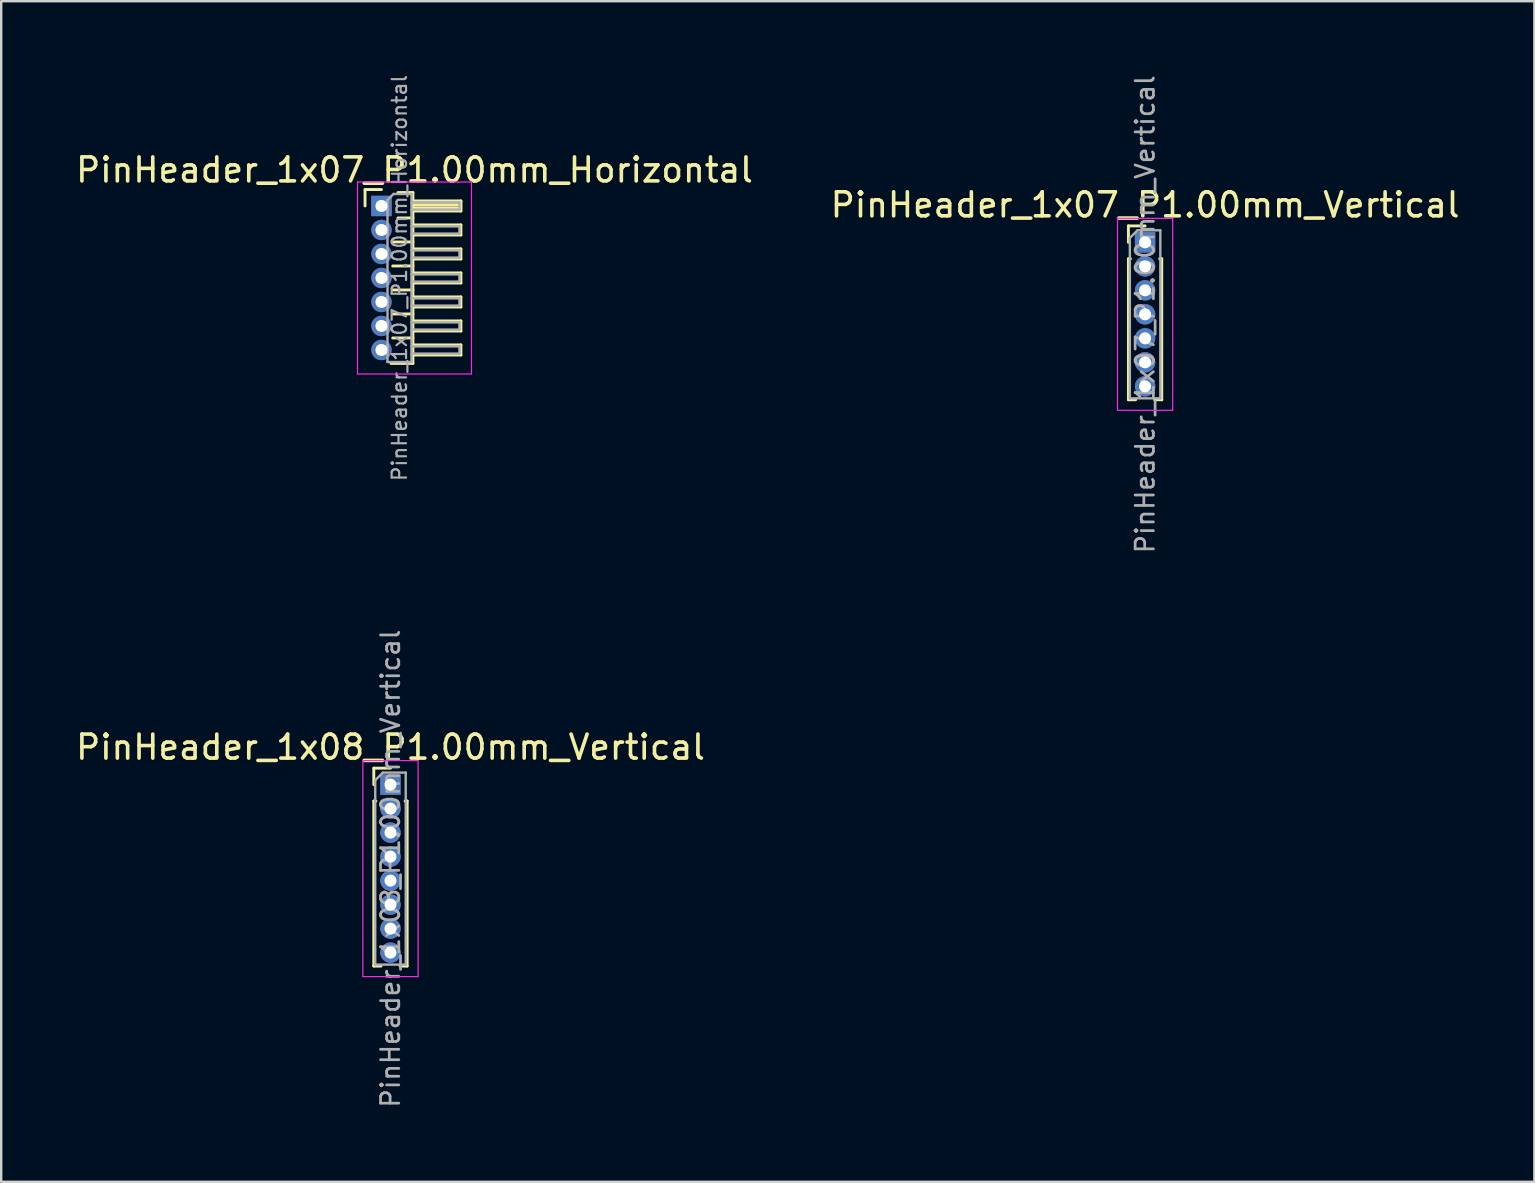
<source format=kicad_pcb>
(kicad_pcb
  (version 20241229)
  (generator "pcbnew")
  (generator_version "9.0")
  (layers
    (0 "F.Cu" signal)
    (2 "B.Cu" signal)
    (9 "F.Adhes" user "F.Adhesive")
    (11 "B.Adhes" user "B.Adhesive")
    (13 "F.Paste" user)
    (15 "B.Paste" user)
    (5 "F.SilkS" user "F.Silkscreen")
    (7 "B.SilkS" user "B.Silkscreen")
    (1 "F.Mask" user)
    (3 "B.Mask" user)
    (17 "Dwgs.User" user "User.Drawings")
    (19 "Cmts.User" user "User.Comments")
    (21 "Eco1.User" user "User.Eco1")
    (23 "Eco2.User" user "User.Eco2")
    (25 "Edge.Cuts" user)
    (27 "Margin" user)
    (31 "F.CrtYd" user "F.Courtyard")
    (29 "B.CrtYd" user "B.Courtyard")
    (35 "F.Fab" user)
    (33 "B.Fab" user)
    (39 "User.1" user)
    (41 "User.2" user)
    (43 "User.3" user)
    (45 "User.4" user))
  (footprint "PinHeader_1x07_P1.00mm_Horizontal"
    (layer "F.Cu")
    (at 12.845 5.532)
    (property "Reference" "PinHeader_1x07_P1.00mm_Horizontal" (at 1.375 -1.5 0) (layer "F.SilkS") (effects (font (size 1 1) (thickness 0.15))))
    (attr through_hole)
    (fp_line (start -0.685 -0.685) (end 0 -0.685) (stroke (width 0.12) (type solid)) (layer "F.SilkS"))
    (fp_line (start -0.685 0) (end -0.685 -0.685) (stroke (width 0.12) (type solid)) (layer "F.SilkS"))
    (fp_line (start 0.468 1.5) (end 1.31 1.5) (stroke (width 0.12) (type solid)) (layer "F.SilkS"))
    (fp_line (start 0.468 2.5) (end 1.31 2.5) (stroke (width 0.12) (type solid)) (layer "F.SilkS"))
    (fp_line (start 0.468 3.5) (end 1.31 3.5) (stroke (width 0.12) (type solid)) (layer "F.SilkS"))
    (fp_line (start 0.468 4.5) (end 1.31 4.5) (stroke (width 0.12) (type solid)) (layer "F.SilkS"))
    (fp_line (start 0.468 5.5) (end 1.31 5.5) (stroke (width 0.12) (type solid)) (layer "F.SilkS"))
    (fp_line (start 0.685 -0.56) (end 1.31 -0.56) (stroke (width 0.12) (type solid)) (layer "F.SilkS"))
    (fp_line (start 0.685 0.5) (end 1.31 0.5) (stroke (width 0.12) (type solid)) (layer "F.SilkS"))
    (fp_line (start 1.31 -0.56) (end 1.31 6.56) (stroke (width 0.12) (type solid)) (layer "F.SilkS"))
    (fp_line (start 1.31 -0.21) (end 3.31 -0.21) (stroke (width 0.12) (type solid)) (layer "F.SilkS"))
    (fp_line (start 1.31 -0.15) (end 3.31 -0.15) (stroke (width 0.12) (type solid)) (layer "F.SilkS"))
    (fp_line (start 1.31 -0.03) (end 3.31 -0.03) (stroke (width 0.12) (type solid)) (layer "F.SilkS"))
    (fp_line (start 1.31 0.09) (end 3.31 0.09) (stroke (width 0.12) (type solid)) (layer "F.SilkS"))
    (fp_line (start 1.31 0.79) (end 3.31 0.79) (stroke (width 0.12) (type solid)) (layer "F.SilkS"))
    (fp_line (start 1.31 1.79) (end 3.31 1.79) (stroke (width 0.12) (type solid)) (layer "F.SilkS"))
    (fp_line (start 1.31 2.79) (end 3.31 2.79) (stroke (width 0.12) (type solid)) (layer "F.SilkS"))
    (fp_line (start 1.31 3.79) (end 3.31 3.79) (stroke (width 0.12) (type solid)) (layer "F.SilkS"))
    (fp_line (start 1.31 4.79) (end 3.31 4.79) (stroke (width 0.12) (type solid)) (layer "F.SilkS"))
    (fp_line (start 1.31 5.79) (end 3.31 5.79) (stroke (width 0.12) (type solid)) (layer "F.SilkS"))
    (fp_line (start 1.31 6.56) (end 0.394 6.56) (stroke (width 0.12) (type solid)) (layer "F.SilkS"))
    (fp_line (start 3.31 -0.21) (end 3.31 0.21) (stroke (width 0.12) (type solid)) (layer "F.SilkS"))
    (fp_line (start 3.31 0.21) (end 1.31 0.21) (stroke (width 0.12) (type solid)) (layer "F.SilkS"))
    (fp_line (start 3.31 0.79) (end 3.31 1.21) (stroke (width 0.12) (type solid)) (layer "F.SilkS"))
    (fp_line (start 3.31 1.21) (end 1.31 1.21) (stroke (width 0.12) (type solid)) (layer "F.SilkS"))
    (fp_line (start 3.31 1.79) (end 3.31 2.21) (stroke (width 0.12) (type solid)) (layer "F.SilkS"))
    (fp_line (start 3.31 2.21) (end 1.31 2.21) (stroke (width 0.12) (type solid)) (layer "F.SilkS"))
    (fp_line (start 3.31 2.79) (end 3.31 3.21) (stroke (width 0.12) (type solid)) (layer "F.SilkS"))
    (fp_line (start 3.31 3.21) (end 1.31 3.21) (stroke (width 0.12) (type solid)) (layer "F.SilkS"))
    (fp_line (start 3.31 3.79) (end 3.31 4.21) (stroke (width 0.12) (type solid)) (layer "F.SilkS"))
    (fp_line (start 3.31 4.21) (end 1.31 4.21) (stroke (width 0.12) (type solid)) (layer "F.SilkS"))
    (fp_line (start 3.31 4.79) (end 3.31 5.21) (stroke (width 0.12) (type solid)) (layer "F.SilkS"))
    (fp_line (start 3.31 5.21) (end 1.31 5.21) (stroke (width 0.12) (type solid)) (layer "F.SilkS"))
    (fp_line (start 3.31 5.79) (end 3.31 6.21) (stroke (width 0.12) (type solid)) (layer "F.SilkS"))
    (fp_line (start 3.31 6.21) (end 1.31 6.21) (stroke (width 0.12) (type solid)) (layer "F.SilkS"))
    (fp_line (start -1 -1) (end -1 7) (stroke (width 0.05) (type solid)) (layer "F.CrtYd"))
    (fp_line (start -1 7) (end 3.75 7) (stroke (width 0.05) (type solid)) (layer "F.CrtYd"))
    (fp_line (start 3.75 -1) (end -1 -1) (stroke (width 0.05) (type solid)) (layer "F.CrtYd"))
    (fp_line (start 3.75 7) (end 3.75 -1) (stroke (width 0.05) (type solid)) (layer "F.CrtYd"))
    (fp_line (start -0.15 -0.15) (end -0.15 0.15) (stroke (width 0.1) (type solid)) (layer "F.Fab"))
    (fp_line (start -0.15 -0.15) (end 0.25 -0.15) (stroke (width 0.1) (type solid)) (layer "F.Fab"))
    (fp_line (start -0.15 0.15) (end 0.25 0.15) (stroke (width 0.1) (type solid)) (layer "F.Fab"))
    (fp_line (start -0.15 0.85) (end -0.15 1.15) (stroke (width 0.1) (type solid)) (layer "F.Fab"))
    (fp_line (start -0.15 0.85) (end 0.25 0.85) (stroke (width 0.1) (type solid)) (layer "F.Fab"))
    (fp_line (start -0.15 1.15) (end 0.25 1.15) (stroke (width 0.1) (type solid)) (layer "F.Fab"))
    (fp_line (start -0.15 1.85) (end -0.15 2.15) (stroke (width 0.1) (type solid)) (layer "F.Fab"))
    (fp_line (start -0.15 1.85) (end 0.25 1.85) (stroke (width 0.1) (type solid)) (layer "F.Fab"))
    (fp_line (start -0.15 2.15) (end 0.25 2.15) (stroke (width 0.1) (type solid)) (layer "F.Fab"))
    (fp_line (start -0.15 2.85) (end -0.15 3.15) (stroke (width 0.1) (type solid)) (layer "F.Fab"))
    (fp_line (start -0.15 2.85) (end 0.25 2.85) (stroke (width 0.1) (type solid)) (layer "F.Fab"))
    (fp_line (start -0.15 3.15) (end 0.25 3.15) (stroke (width 0.1) (type solid)) (layer "F.Fab"))
    (fp_line (start -0.15 3.85) (end -0.15 4.15) (stroke (width 0.1) (type solid)) (layer "F.Fab"))
    (fp_line (start -0.15 3.85) (end 0.25 3.85) (stroke (width 0.1) (type solid)) (layer "F.Fab"))
    (fp_line (start -0.15 4.15) (end 0.25 4.15) (stroke (width 0.1) (type solid)) (layer "F.Fab"))
    (fp_line (start -0.15 4.85) (end -0.15 5.15) (stroke (width 0.1) (type solid)) (layer "F.Fab"))
    (fp_line (start -0.15 4.85) (end 0.25 4.85) (stroke (width 0.1) (type solid)) (layer "F.Fab"))
    (fp_line (start -0.15 5.15) (end 0.25 5.15) (stroke (width 0.1) (type solid)) (layer "F.Fab"))
    (fp_line (start -0.15 5.85) (end -0.15 6.15) (stroke (width 0.1) (type solid)) (layer "F.Fab"))
    (fp_line (start -0.15 5.85) (end 0.25 5.85) (stroke (width 0.1) (type solid)) (layer "F.Fab"))
    (fp_line (start -0.15 6.15) (end 0.25 6.15) (stroke (width 0.1) (type solid)) (layer "F.Fab"))
    (fp_line (start 0.25 -0.25) (end 0.5 -0.5) (stroke (width 0.1) (type solid)) (layer "F.Fab"))
    (fp_line (start 0.25 6.5) (end 0.25 -0.25) (stroke (width 0.1) (type solid)) (layer "F.Fab"))
    (fp_line (start 0.5 -0.5) (end 1.25 -0.5) (stroke (width 0.1) (type solid)) (layer "F.Fab"))
    (fp_line (start 1.25 -0.5) (end 1.25 6.5) (stroke (width 0.1) (type solid)) (layer "F.Fab"))
    (fp_line (start 1.25 -0.15) (end 3.25 -0.15) (stroke (width 0.1) (type solid)) (layer "F.Fab"))
    (fp_line (start 1.25 0.15) (end 3.25 0.15) (stroke (width 0.1) (type solid)) (layer "F.Fab"))
    (fp_line (start 1.25 0.85) (end 3.25 0.85) (stroke (width 0.1) (type solid)) (layer "F.Fab"))
    (fp_line (start 1.25 1.15) (end 3.25 1.15) (stroke (width 0.1) (type solid)) (layer "F.Fab"))
    (fp_line (start 1.25 1.85) (end 3.25 1.85) (stroke (width 0.1) (type solid)) (layer "F.Fab"))
    (fp_line (start 1.25 2.15) (end 3.25 2.15) (stroke (width 0.1) (type solid)) (layer "F.Fab"))
    (fp_line (start 1.25 2.85) (end 3.25 2.85) (stroke (width 0.1) (type solid)) (layer "F.Fab"))
    (fp_line (start 1.25 3.15) (end 3.25 3.15) (stroke (width 0.1) (type solid)) (layer "F.Fab"))
    (fp_line (start 1.25 3.85) (end 3.25 3.85) (stroke (width 0.1) (type solid)) (layer "F.Fab"))
    (fp_line (start 1.25 4.15) (end 3.25 4.15) (stroke (width 0.1) (type solid)) (layer "F.Fab"))
    (fp_line (start 1.25 4.85) (end 3.25 4.85) (stroke (width 0.1) (type solid)) (layer "F.Fab"))
    (fp_line (start 1.25 5.15) (end 3.25 5.15) (stroke (width 0.1) (type solid)) (layer "F.Fab"))
    (fp_line (start 1.25 5.85) (end 3.25 5.85) (stroke (width 0.1) (type solid)) (layer "F.Fab"))
    (fp_line (start 1.25 6.15) (end 3.25 6.15) (stroke (width 0.1) (type solid)) (layer "F.Fab"))
    (fp_line (start 1.25 6.5) (end 0.25 6.5) (stroke (width 0.1) (type solid)) (layer "F.Fab"))
    (fp_line (start 3.25 -0.15) (end 3.25 0.15) (stroke (width 0.1) (type solid)) (layer "F.Fab"))
    (fp_line (start 3.25 0.85) (end 3.25 1.15) (stroke (width 0.1) (type solid)) (layer "F.Fab"))
    (fp_line (start 3.25 1.85) (end 3.25 2.15) (stroke (width 0.1) (type solid)) (layer "F.Fab"))
    (fp_line (start 3.25 2.85) (end 3.25 3.15) (stroke (width 0.1) (type solid)) (layer "F.Fab"))
    (fp_line (start 3.25 3.85) (end 3.25 4.15) (stroke (width 0.1) (type solid)) (layer "F.Fab"))
    (fp_line (start 3.25 4.85) (end 3.25 5.15) (stroke (width 0.1) (type solid)) (layer "F.Fab"))
    (fp_line (start 3.25 5.85) (end 3.25 6.15) (stroke (width 0.1) (type solid)) (layer "F.Fab"))
    (fp_text user "${REFERENCE}" (at 0.75 3 90) (layer "F.Fab") (effects (font (size 0.6 0.6) (thickness 0.09))))
    (pad "1" thru_hole rect (at 0 0) (size 0.85 0.85) (drill 0.5) (layers "*.Cu" "*.Mask"))
    (pad "2" thru_hole oval (at 0 1) (size 0.85 0.85) (drill 0.5) (layers "*.Cu" "*.Mask"))
    (pad "3" thru_hole oval (at 0 2) (size 0.85 0.85) (drill 0.5) (layers "*.Cu" "*.Mask"))
    (pad "4" thru_hole oval (at 0 3) (size 0.85 0.85) (drill 0.5) (layers "*.Cu" "*.Mask"))
    (pad "5" thru_hole oval (at 0 4) (size 0.85 0.85) (drill 0.5) (layers "*.Cu" "*.Mask"))
    (pad "6" thru_hole oval (at 0 5) (size 0.85 0.85) (drill 0.5) (layers "*.Cu" "*.Mask"))
    (pad "7" thru_hole oval (at 0 6) (size 0.85 0.85) (drill 0.5) (layers "*.Cu" "*.Mask")))
  (footprint "PinHeader_1x07_P1.00mm_Vertical"
    (layer "F.Cu")
    (at 44.661 7.047)
    (property "Reference" "PinHeader_1x07_P1.00mm_Vertical" (at 0 -1.56 0) (layer "F.SilkS") (effects (font (size 1 1) (thickness 0.15))))
    (attr through_hole)
    (fp_line (start -0.695 -0.685) (end 0 -0.685) (stroke (width 0.12) (type solid)) (layer "F.SilkS"))
    (fp_line (start -0.695 0) (end -0.695 -0.685) (stroke (width 0.12) (type solid)) (layer "F.SilkS"))
    (fp_line (start -0.695 0.685) (end -0.695 6.56) (stroke (width 0.12) (type solid)) (layer "F.SilkS"))
    (fp_line (start -0.695 0.685) (end -0.608 0.685) (stroke (width 0.12) (type solid)) (layer "F.SilkS"))
    (fp_line (start -0.695 6.56) (end -0.394 6.56) (stroke (width 0.12) (type solid)) (layer "F.SilkS"))
    (fp_line (start 0.394 6.56) (end 0.695 6.56) (stroke (width 0.12) (type solid)) (layer "F.SilkS"))
    (fp_line (start 0.608 0.685) (end 0.695 0.685) (stroke (width 0.12) (type solid)) (layer "F.SilkS"))
    (fp_line (start 0.695 0.685) (end 0.695 6.56) (stroke (width 0.12) (type solid)) (layer "F.SilkS"))
    (fp_line (start -1.15 -1) (end -1.15 7) (stroke (width 0.05) (type solid)) (layer "F.CrtYd"))
    (fp_line (start -1.15 7) (end 1.15 7) (stroke (width 0.05) (type solid)) (layer "F.CrtYd"))
    (fp_line (start 1.15 -1) (end -1.15 -1) (stroke (width 0.05) (type solid)) (layer "F.CrtYd"))
    (fp_line (start 1.15 7) (end 1.15 -1) (stroke (width 0.05) (type solid)) (layer "F.CrtYd"))
    (fp_line (start -0.635 -0.182) (end -0.318 -0.5) (stroke (width 0.1) (type solid)) (layer "F.Fab"))
    (fp_line (start -0.635 6.5) (end -0.635 -0.182) (stroke (width 0.1) (type solid)) (layer "F.Fab"))
    (fp_line (start -0.318 -0.5) (end 0.635 -0.5) (stroke (width 0.1) (type solid)) (layer "F.Fab"))
    (fp_line (start 0.635 -0.5) (end 0.635 6.5) (stroke (width 0.1) (type solid)) (layer "F.Fab"))
    (fp_line (start 0.635 6.5) (end -0.635 6.5) (stroke (width 0.1) (type solid)) (layer "F.Fab"))
    (fp_text user "${REFERENCE}" (at 0 3 90) (layer "F.Fab") (effects (font (size 0.76 0.76) (thickness 0.114))))
    (pad "1" thru_hole rect (at 0 0) (size 0.85 0.85) (drill 0.5) (layers "*.Cu" "*.Mask"))
    (pad "2" thru_hole oval (at 0 1) (size 0.85 0.85) (drill 0.5) (layers "*.Cu" "*.Mask"))
    (pad "3" thru_hole oval (at 0 2) (size 0.85 0.85) (drill 0.5) (layers "*.Cu" "*.Mask"))
    (pad "4" thru_hole oval (at 0 3) (size 0.85 0.85) (drill 0.5) (layers "*.Cu" "*.Mask"))
    (pad "5" thru_hole oval (at 0 4) (size 0.85 0.85) (drill 0.5) (layers "*.Cu" "*.Mask"))
    (pad "6" thru_hole oval (at 0 5) (size 0.85 0.85) (drill 0.5) (layers "*.Cu" "*.Mask"))
    (pad "7" thru_hole oval (at 0 6) (size 0.85 0.85) (drill 0.5) (layers "*.Cu" "*.Mask")))
  (footprint "PinHeader_1x08_P1.00mm_Vertical"
    (layer "F.Cu")
    (at 13.22 29.642)
    (property "Reference" "PinHeader_1x08_P1.00mm_Vertical" (at 0 -1.56 0) (layer "F.SilkS") (effects (font (size 1 1) (thickness 0.15))))
    (attr through_hole)
    (fp_line (start -0.695 -0.685) (end 0 -0.685) (stroke (width 0.12) (type solid)) (layer "F.SilkS"))
    (fp_line (start -0.695 0) (end -0.695 -0.685) (stroke (width 0.12) (type solid)) (layer "F.SilkS"))
    (fp_line (start -0.695 0.685) (end -0.695 7.56) (stroke (width 0.12) (type solid)) (layer "F.SilkS"))
    (fp_line (start -0.695 0.685) (end -0.608 0.685) (stroke (width 0.12) (type solid)) (layer "F.SilkS"))
    (fp_line (start -0.695 7.56) (end -0.394 7.56) (stroke (width 0.12) (type solid)) (layer "F.SilkS"))
    (fp_line (start 0.394 7.56) (end 0.695 7.56) (stroke (width 0.12) (type solid)) (layer "F.SilkS"))
    (fp_line (start 0.608 0.685) (end 0.695 0.685) (stroke (width 0.12) (type solid)) (layer "F.SilkS"))
    (fp_line (start 0.695 0.685) (end 0.695 7.56) (stroke (width 0.12) (type solid)) (layer "F.SilkS"))
    (fp_line (start -1.15 -1) (end -1.15 8) (stroke (width 0.05) (type solid)) (layer "F.CrtYd"))
    (fp_line (start -1.15 8) (end 1.15 8) (stroke (width 0.05) (type solid)) (layer "F.CrtYd"))
    (fp_line (start 1.15 -1) (end -1.15 -1) (stroke (width 0.05) (type solid)) (layer "F.CrtYd"))
    (fp_line (start 1.15 8) (end 1.15 -1) (stroke (width 0.05) (type solid)) (layer "F.CrtYd"))
    (fp_line (start -0.635 -0.182) (end -0.318 -0.5) (stroke (width 0.1) (type solid)) (layer "F.Fab"))
    (fp_line (start -0.635 7.5) (end -0.635 -0.182) (stroke (width 0.1) (type solid)) (layer "F.Fab"))
    (fp_line (start -0.318 -0.5) (end 0.635 -0.5) (stroke (width 0.1) (type solid)) (layer "F.Fab"))
    (fp_line (start 0.635 -0.5) (end 0.635 7.5) (stroke (width 0.1) (type solid)) (layer "F.Fab"))
    (fp_line (start 0.635 7.5) (end -0.635 7.5) (stroke (width 0.1) (type solid)) (layer "F.Fab"))
    (fp_text user "${REFERENCE}" (at 0 3.5 90) (layer "F.Fab") (effects (font (size 0.76 0.76) (thickness 0.114))))
    (pad "1" thru_hole rect (at 0 0) (size 0.85 0.85) (drill 0.5) (layers "*.Cu" "*.Mask"))
    (pad "2" thru_hole oval (at 0 1) (size 0.85 0.85) (drill 0.5) (layers "*.Cu" "*.Mask"))
    (pad "3" thru_hole oval (at 0 2) (size 0.85 0.85) (drill 0.5) (layers "*.Cu" "*.Mask"))
    (pad "4" thru_hole oval (at 0 3) (size 0.85 0.85) (drill 0.5) (layers "*.Cu" "*.Mask"))
    (pad "5" thru_hole oval (at 0 4) (size 0.85 0.85) (drill 0.5) (layers "*.Cu" "*.Mask"))
    (pad "6" thru_hole oval (at 0 5) (size 0.85 0.85) (drill 0.5) (layers "*.Cu" "*.Mask"))
    (pad "7" thru_hole oval (at 0 6) (size 0.85 0.85) (drill 0.5) (layers "*.Cu" "*.Mask"))
    (pad "8" thru_hole oval (at 0 7) (size 0.85 0.85) (drill 0.5) (layers "*.Cu" "*.Mask")))
  (gr_rect
    (start -3 -3)
    (end 60.881 46.19)
    (stroke (width 0.1) (type default))
    (fill no)
    (layer "Edge.Cuts")))
</source>
